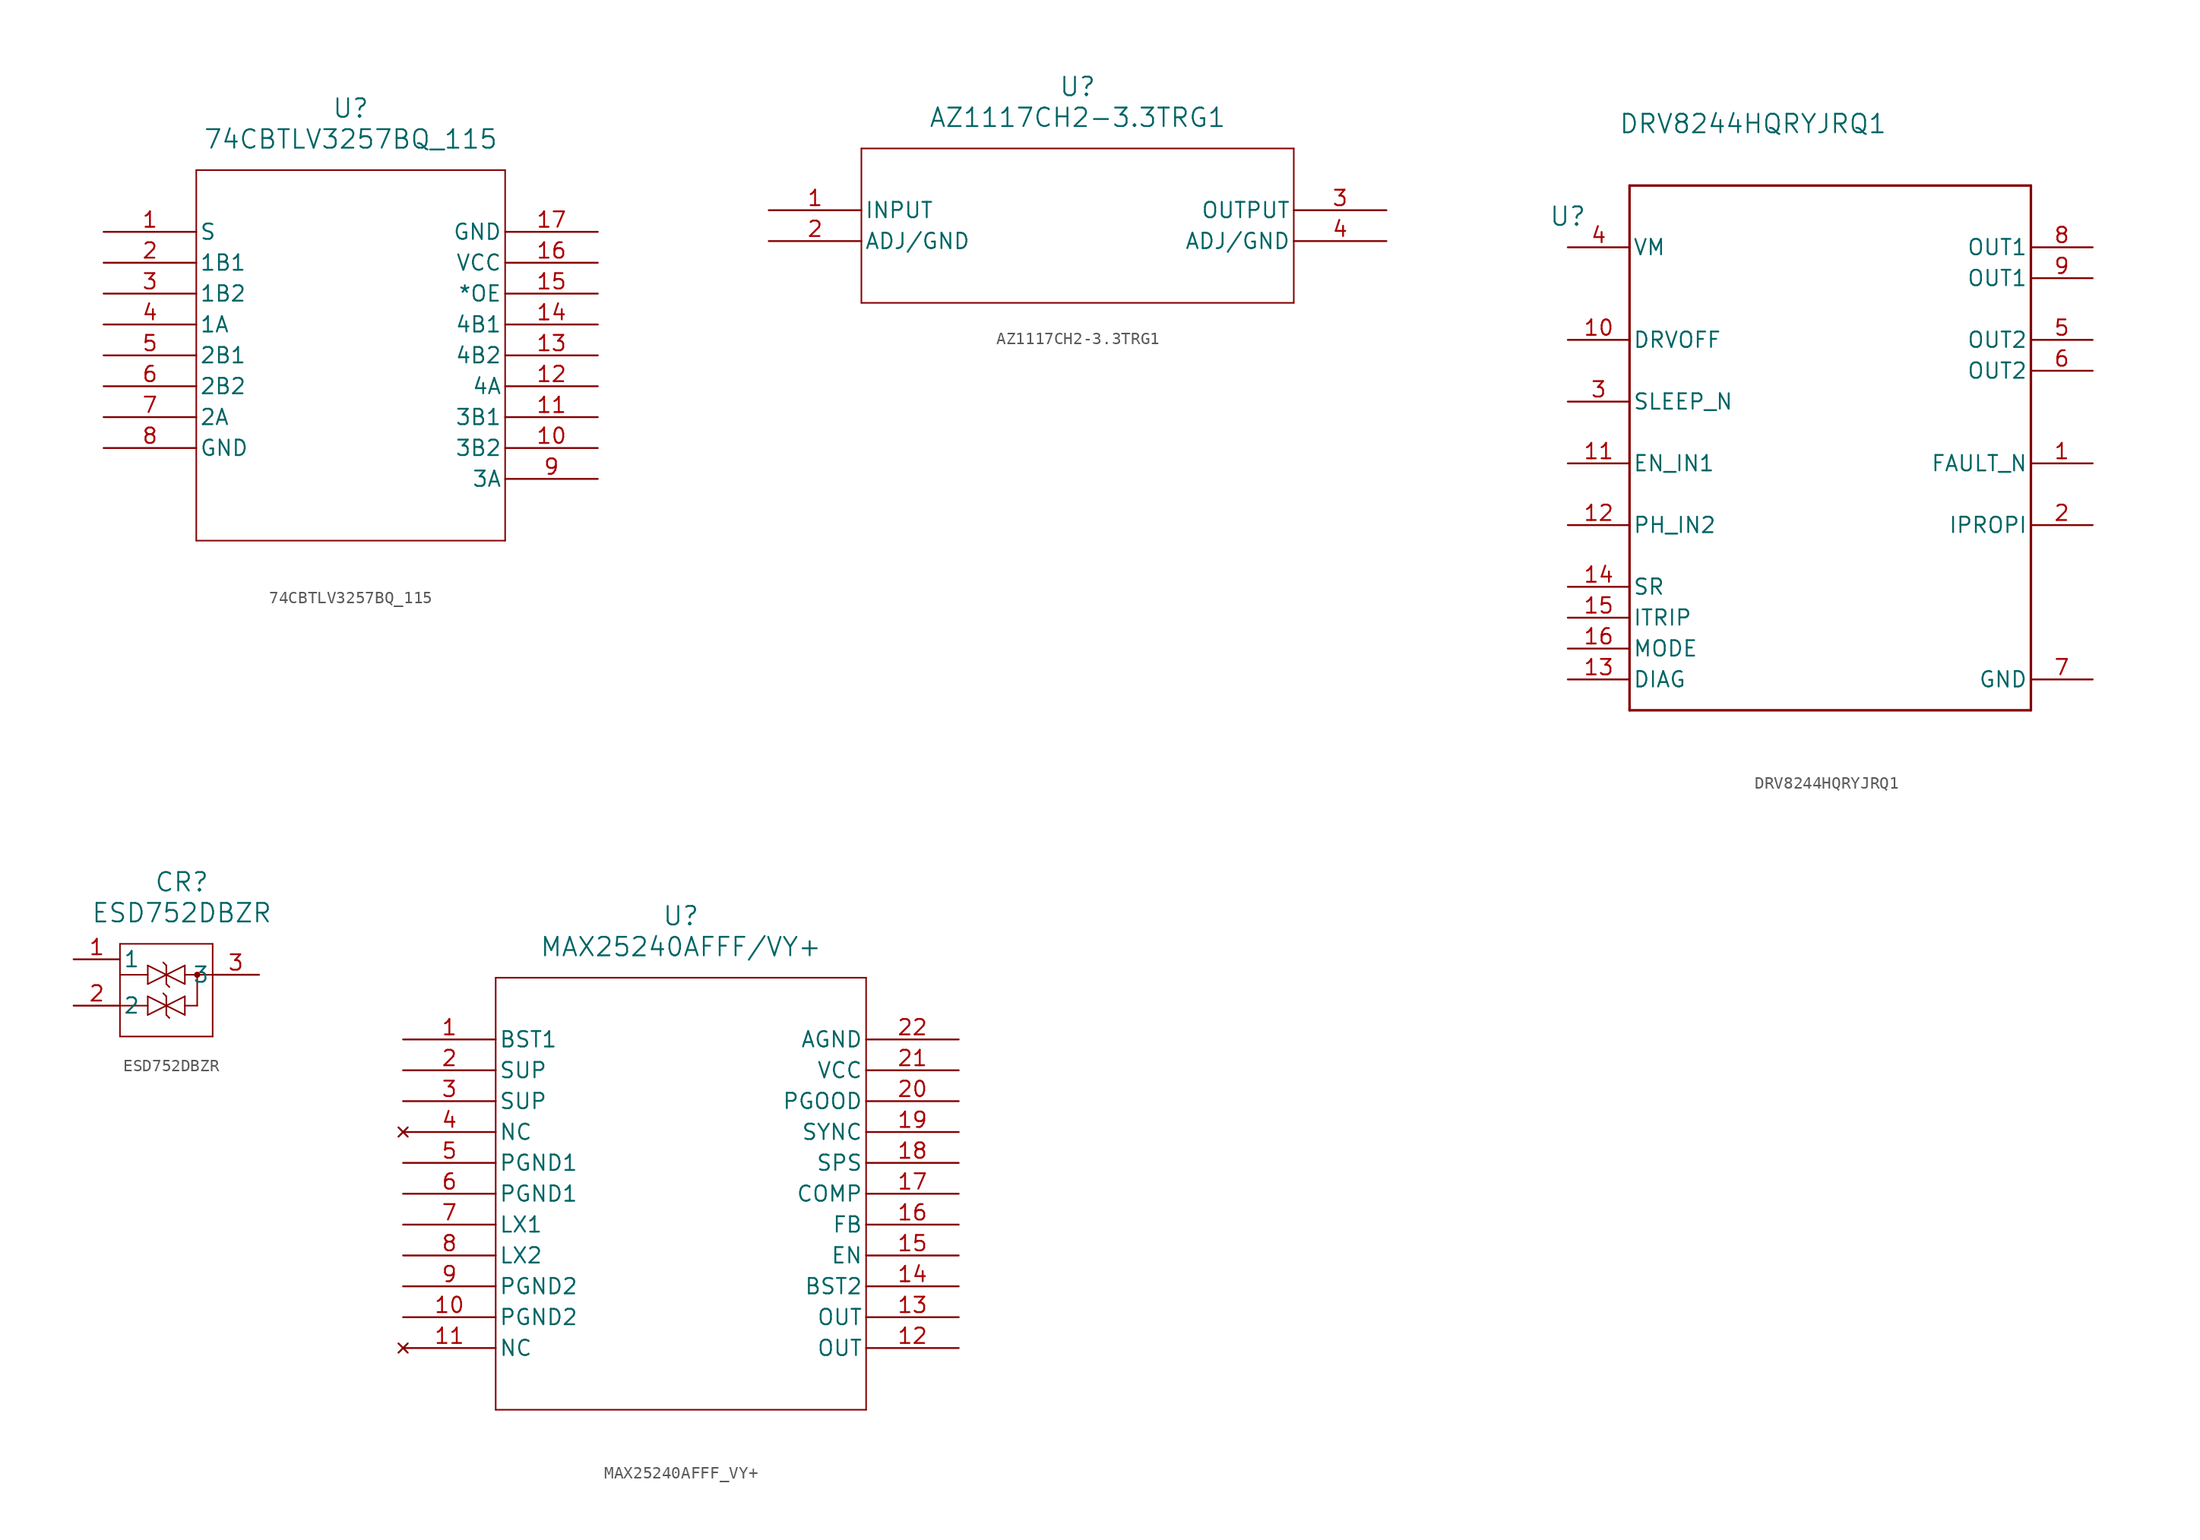
<source format=kicad_sym>
(kicad_symbol_lib
  (version 20220914)
  (generator kicad_symbol_editor)
  (symbol "74CBTLV3257BQ_115"
    (pin_names
      (offset 0.254))
    (property "Reference" "U"
      (at 20.32 10.16 0)
      (effects (font (size 1.524 1.524))))
    (property "Value" "74CBTLV3257BQ_115"
      (at 20.32 7.62 0)
      (effects (font (size 1.524 1.524))))
    (property "ki_locked" ""
      (at 0 0 0)
      (effects (font (size 1.27 1.27))))
    (symbol "74CBTLV3257BQ_115_0_1"
      (polyline (pts (xy 7.62 -25.4) (xy 33.02 -25.4)) (stroke (width 0.127) (type default)) (fill (type none)))
      (polyline (pts (xy 7.62 5.08) (xy 7.62 -25.4)) (stroke (width 0.127) (type default)) (fill (type none)))
      (polyline (pts (xy 33.02 -25.4) (xy 33.02 5.08)) (stroke (width 0.127) (type default)) (fill (type none)))
      (polyline (pts (xy 33.02 5.08) (xy 7.62 5.08)) (stroke (width 0.127) (type default)) (fill (type none)))
      (pin input line (at 0 0 0) (length 7.62) (name "S" (effects (font (size 1.27 1.27)))) (number "1" (effects (font (size 1.27 1.27)))))
      (pin bidirectional line (at 40.64 -17.78 180) (length 7.62) (name "3B2" (effects (font (size 1.27 1.27)))) (number "10" (effects (font (size 1.27 1.27)))))
      (pin bidirectional line (at 40.64 -15.24 180) (length 7.62) (name "3B1" (effects (font (size 1.27 1.27)))) (number "11" (effects (font (size 1.27 1.27)))))
      (pin bidirectional line (at 40.64 -12.7 180) (length 7.62) (name "4A" (effects (font (size 1.27 1.27)))) (number "12" (effects (font (size 1.27 1.27)))))
      (pin bidirectional line (at 40.64 -10.16 180) (length 7.62) (name "4B2" (effects (font (size 1.27 1.27)))) (number "13" (effects (font (size 1.27 1.27)))))
      (pin bidirectional line (at 40.64 -7.62 180) (length 7.62) (name "4B1" (effects (font (size 1.27 1.27)))) (number "14" (effects (font (size 1.27 1.27)))))
      (pin input line (at 40.64 -5.08 180) (length 7.62) (name "*OE" (effects (font (size 1.27 1.27)))) (number "15" (effects (font (size 1.27 1.27)))))
      (pin power_in line (at 40.64 -2.54 180) (length 7.62) (name "VCC" (effects (font (size 1.27 1.27)))) (number "16" (effects (font (size 1.27 1.27)))))
      (pin power_out line (at 40.64 0 180) (length 7.62) (name "GND" (effects (font (size 1.27 1.27)))) (number "17" (effects (font (size 1.27 1.27)))))
      (pin bidirectional line (at 0 -2.54 0) (length 7.62) (name "1B1" (effects (font (size 1.27 1.27)))) (number "2" (effects (font (size 1.27 1.27)))))
      (pin bidirectional line (at 0 -5.08 0) (length 7.62) (name "1B2" (effects (font (size 1.27 1.27)))) (number "3" (effects (font (size 1.27 1.27)))))
      (pin bidirectional line (at 0 -7.62 0) (length 7.62) (name "1A" (effects (font (size 1.27 1.27)))) (number "4" (effects (font (size 1.27 1.27)))))
      (pin bidirectional line (at 0 -10.16 0) (length 7.62) (name "2B1" (effects (font (size 1.27 1.27)))) (number "5" (effects (font (size 1.27 1.27)))))
      (pin bidirectional line (at 0 -12.7 0) (length 7.62) (name "2B2" (effects (font (size 1.27 1.27)))) (number "6" (effects (font (size 1.27 1.27)))))
      (pin bidirectional line (at 0 -15.24 0) (length 7.62) (name "2A" (effects (font (size 1.27 1.27)))) (number "7" (effects (font (size 1.27 1.27)))))
      (pin power_out line (at 0 -17.78 0) (length 7.62) (name "GND" (effects (font (size 1.27 1.27)))) (number "8" (effects (font (size 1.27 1.27)))))
      (pin bidirectional line (at 40.64 -20.32 180) (length 7.62) (name "3A" (effects (font (size 1.27 1.27)))) (number "9" (effects (font (size 1.27 1.27)))))))
  (symbol "AZ1117CH2-3.3TRG1"
    (pin_names
      (offset 0.254))
    (property "Reference" "U"
      (at 25.4 10.16 0)
      (effects (font (size 1.524 1.524))))
    (property "Value" "AZ1117CH2-3.3TRG1"
      (at 25.4 7.62 0)
      (effects (font (size 1.524 1.524))))
    (property "ki_locked" ""
      (at 0 0 0)
      (effects (font (size 1.27 1.27))))
    (symbol "AZ1117CH2-3.3TRG1_0_1"
      (polyline (pts (xy 7.62 -7.62) (xy 43.18 -7.62)) (stroke (width 0.127) (type default)) (fill (type none)))
      (polyline (pts (xy 7.62 5.08) (xy 7.62 -7.62)) (stroke (width 0.127) (type default)) (fill (type none)))
      (polyline (pts (xy 43.18 -7.62) (xy 43.18 5.08)) (stroke (width 0.127) (type default)) (fill (type none)))
      (polyline (pts (xy 43.18 5.08) (xy 7.62 5.08)) (stroke (width 0.127) (type default)) (fill (type none)))
      (pin input line (at 0 0 0) (length 7.62) (name "INPUT" (effects (font (size 1.27 1.27)))) (number "1" (effects (font (size 1.27 1.27)))))
      (pin power_out line (at 0 -2.54 0) (length 7.62) (name "ADJ/GND" (effects (font (size 1.27 1.27)))) (number "2" (effects (font (size 1.27 1.27)))))
      (pin output line (at 50.8 0 180) (length 7.62) (name "OUTPUT" (effects (font (size 1.27 1.27)))) (number "3" (effects (font (size 1.27 1.27)))))
      (pin power_out line (at 50.8 -2.54 180) (length 7.62) (name "ADJ/GND" (effects (font (size 1.27 1.27)))) (number "4" (effects (font (size 1.27 1.27)))))))
  (symbol "DRV8244HQRYJRQ1"
    (pin_names
      (offset 0.254))
    (property "Reference" "U"
      (at 0 2.54 0)
      (effects (font (size 1.524 1.524))))
    (property "Value" "DRV8244HQRYJRQ1"
      (at 15.24 10.16 0)
      (effects (font (size 1.524 1.524))))
    (property "ki_locked" ""
      (at 0 0 0)
      (effects (font (size 1.27 1.27))))
    (symbol "DRV8244HQRYJRQ1_0_1"
      (polyline (pts (xy 5.08 -38.1) (xy 38.1 -38.1)) (stroke (width 0.203) (type default)) (fill (type none)))
      (polyline (pts (xy 5.08 5.08) (xy 5.08 -38.1)) (stroke (width 0.203) (type default)) (fill (type none)))
      (polyline (pts (xy 38.1 -38.1) (xy 38.1 5.08)) (stroke (width 0.203) (type default)) (fill (type none)))
      (polyline (pts (xy 38.1 5.08) (xy 5.08 5.08)) (stroke (width 0.203) (type default)) (fill (type none)))
      (pin open_collector line (at 43.18 -17.78 180) (length 5.08) (name "FAULT_N" (effects (font (size 1.27 1.27)))) (number "1" (effects (font (size 1.27 1.27)))))
      (pin input line (at 0 -7.62 0) (length 5.08) (name "DRVOFF" (effects (font (size 1.27 1.27)))) (number "10" (effects (font (size 1.27 1.27)))))
      (pin input line (at 0 -17.78 0) (length 5.08) (name "EN_IN1" (effects (font (size 1.27 1.27)))) (number "11" (effects (font (size 1.27 1.27)))))
      (pin input line (at 0 -22.86 0) (length 5.08) (name "PH_IN2" (effects (font (size 1.27 1.27)))) (number "12" (effects (font (size 1.27 1.27)))))
      (pin unspecified line (at 0 -35.56 0) (length 5.08) (name "DIAG" (effects (font (size 1.27 1.27)))) (number "13" (effects (font (size 1.27 1.27)))))
      (pin unspecified line (at 0 -27.94 0) (length 5.08) (name "SR" (effects (font (size 1.27 1.27)))) (number "14" (effects (font (size 1.27 1.27)))))
      (pin unspecified line (at 0 -30.48 0) (length 5.08) (name "ITRIP" (effects (font (size 1.27 1.27)))) (number "15" (effects (font (size 1.27 1.27)))))
      (pin unspecified line (at 0 -33.02 0) (length 5.08) (name "MODE" (effects (font (size 1.27 1.27)))) (number "16" (effects (font (size 1.27 1.27)))))
      (pin unspecified line (at 43.18 -22.86 180) (length 5.08) (name "IPROPI" (effects (font (size 1.27 1.27)))) (number "2" (effects (font (size 1.27 1.27)))))
      (pin input line (at 0 -12.7 0) (length 5.08) (name "SLEEP_N" (effects (font (size 1.27 1.27)))) (number "3" (effects (font (size 1.27 1.27)))))
      (pin power_in line (at 0 0 0) (length 5.08) (name "VM" (effects (font (size 1.27 1.27)))) (number "4" (effects (font (size 1.27 1.27)))))
      (pin unspecified line (at 43.18 -7.62 180) (length 5.08) (name "OUT2" (effects (font (size 1.27 1.27)))) (number "5" (effects (font (size 1.27 1.27)))))
      (pin unspecified line (at 43.18 -10.16 180) (length 5.08) (name "OUT2" (effects (font (size 1.27 1.27)))) (number "6" (effects (font (size 1.27 1.27)))))
      (pin power_in line (at 43.18 -35.56 180) (length 5.08) (name "GND" (effects (font (size 1.27 1.27)))) (number "7" (effects (font (size 1.27 1.27)))))
      (pin unspecified line (at 43.18 0 180) (length 5.08) (name "OUT1" (effects (font (size 1.27 1.27)))) (number "8" (effects (font (size 1.27 1.27)))))
      (pin unspecified line (at 43.18 -2.54 180) (length 5.08) (name "OUT1" (effects (font (size 1.27 1.27)))) (number "9" (effects (font (size 1.27 1.27)))))))
  (symbol "ESD752DBZR"
    (pin_names
      (offset 0.254))
    (property "Reference" "CR"
      (at 12.7 7.62 0)
      (effects (font (size 1.524 1.524))))
    (property "Value" "ESD752DBZR"
      (at 12.7 5.08 0)
      (effects (font (size 1.524 1.524))))
    (property "ki_locked" ""
      (at 0 0 0)
      (effects (font (size 1.27 1.27))))
    (symbol "ESD752DBZR_0_1"
      (polyline (pts (xy 7.62 -5.08) (xy 15.24 -5.08)) (stroke (width 0.127) (type default)) (fill (type none)))
      (polyline (pts (xy 7.62 2.54) (xy 7.62 -5.08)) (stroke (width 0.127) (type default)) (fill (type none)))
      (polyline (pts (xy 9.906 -3.302) (xy 9.906 -1.778)) (stroke (width 0.127) (type default)) (fill (type none)))
      (polyline (pts (xy 9.906 -2.54) (xy 7.62 -2.54)) (stroke (width 0.127) (type default)) (fill (type none)))
      (polyline (pts (xy 9.906 -1.778) (xy 11.43 -2.54)) (stroke (width 0.127) (type default)) (fill (type none)))
      (polyline (pts (xy 9.906 -0.762) (xy 9.906 0.762)) (stroke (width 0.127) (type default)) (fill (type none)))
      (polyline (pts (xy 9.906 0) (xy 7.62 0)) (stroke (width 0.127) (type default)) (fill (type none)))
      (polyline (pts (xy 9.906 0.762) (xy 11.43 0)) (stroke (width 0.127) (type default)) (fill (type none)))
      (polyline (pts (xy 11.43 -3.302) (xy 11.43 -1.778)) (stroke (width 0.127) (type default)) (fill (type none)))
      (polyline (pts (xy 11.43 -3.302) (xy 11.684 -3.556)) (stroke (width 0.127) (type default)) (fill (type none)))
      (polyline (pts (xy 11.43 -2.54) (xy 9.906 -3.302)) (stroke (width 0.127) (type default)) (fill (type none)))
      (polyline (pts (xy 11.43 -2.54) (xy 12.954 -1.778)) (stroke (width 0.127) (type default)) (fill (type none)))
      (polyline (pts (xy 11.43 -1.778) (xy 11.176 -1.524)) (stroke (width 0.127) (type default)) (fill (type none)))
      (polyline (pts (xy 11.43 -0.762) (xy 11.43 0.762)) (stroke (width 0.127) (type default)) (fill (type none)))
      (polyline (pts (xy 11.43 -0.762) (xy 11.684 -1.016)) (stroke (width 0.127) (type default)) (fill (type none)))
      (polyline (pts (xy 11.43 0) (xy 9.906 -0.762)) (stroke (width 0.127) (type default)) (fill (type none)))
      (polyline (pts (xy 11.43 0) (xy 12.954 0.762)) (stroke (width 0.127) (type default)) (fill (type none)))
      (polyline (pts (xy 11.43 0.762) (xy 11.176 1.016)) (stroke (width 0.127) (type default)) (fill (type none)))
      (polyline (pts (xy 12.954 -3.302) (xy 11.43 -2.54)) (stroke (width 0.127) (type default)) (fill (type none)))
      (polyline (pts (xy 12.954 -1.778) (xy 12.954 -3.302)) (stroke (width 0.127) (type default)) (fill (type none)))
      (polyline (pts (xy 12.954 -0.762) (xy 11.43 0)) (stroke (width 0.127) (type default)) (fill (type none)))
      (polyline (pts (xy 12.954 0.762) (xy 12.954 -0.762)) (stroke (width 0.127) (type default)) (fill (type none)))
      (polyline (pts (xy 13.97 -2.54) (xy 12.954 -2.54)) (stroke (width 0.127) (type default)) (fill (type none)))
      (polyline (pts (xy 13.97 0) (xy 13.97 -2.54)) (stroke (width 0.127) (type default)) (fill (type none)))
      (polyline (pts (xy 15.24 -5.08) (xy 15.24 2.54)) (stroke (width 0.127) (type default)) (fill (type none)))
      (polyline (pts (xy 15.24 0) (xy 12.954 0)) (stroke (width 0.127) (type default)) (fill (type none)))
      (polyline (pts (xy 15.24 2.54) (xy 7.62 2.54)) (stroke (width 0.127) (type default)) (fill (type none)))
      (circle (center 13.97 0) (radius 0.127) (stroke (width 0.254) (type default)) (fill (type none))))
    (symbol "ESD752DBZR_1_1"
      (pin bidirectional line (at 3.81 1.27 0) (length 3.81) (name "1" (effects (font (size 1.27 1.27)))) (number "1" (effects (font (size 1.27 1.27)))))
      (pin bidirectional line (at 3.81 -2.54 0) (length 3.81) (name "2" (effects (font (size 1.27 1.27)))) (number "2" (effects (font (size 1.27 1.27)))))
      (pin power_out line (at 19.05 0 180) (length 3.81) (name "3" (effects (font (size 1.27 1.27)))) (number "3" (effects (font (size 1.27 1.27)))))))
  (symbol "MAX25240AFFF_VY+"
    (pin_names
      (offset 0.254))
    (property "Reference" "U"
      (at 22.86 10.16 0)
      (effects (font (size 1.524 1.524))))
    (property "Value" "MAX25240AFFF/VY+"
      (at 22.86 7.62 0)
      (effects (font (size 1.524 1.524))))
    (property "ki_locked" ""
      (at 0 0 0)
      (effects (font (size 1.27 1.27))))
    (symbol "MAX25240AFFF_VY+_0_1"
      (polyline (pts (xy 7.62 -30.48) (xy 38.1 -30.48)) (stroke (width 0.127) (type default)) (fill (type none)))
      (polyline (pts (xy 7.62 5.08) (xy 7.62 -30.48)) (stroke (width 0.127) (type default)) (fill (type none)))
      (polyline (pts (xy 38.1 -30.48) (xy 38.1 5.08)) (stroke (width 0.127) (type default)) (fill (type none)))
      (polyline (pts (xy 38.1 5.08) (xy 7.62 5.08)) (stroke (width 0.127) (type default)) (fill (type none)))
      (pin power_in line (at 0 0 0) (length 7.62) (name "BST1" (effects (font (size 1.27 1.27)))) (number "1" (effects (font (size 1.27 1.27)))))
      (pin power_out line (at 0 -22.86 0) (length 7.62) (name "PGND2" (effects (font (size 1.27 1.27)))) (number "10" (effects (font (size 1.27 1.27)))))
      (pin no_connect line (at 0 -25.4 0) (length 7.62) (name "NC" (effects (font (size 1.27 1.27)))) (number "11" (effects (font (size 1.27 1.27)))))
      (pin output line (at 45.72 -25.4 180) (length 7.62) (name "OUT" (effects (font (size 1.27 1.27)))) (number "12" (effects (font (size 1.27 1.27)))))
      (pin output line (at 45.72 -22.86 180) (length 7.62) (name "OUT" (effects (font (size 1.27 1.27)))) (number "13" (effects (font (size 1.27 1.27)))))
      (pin bidirectional line (at 45.72 -20.32 180) (length 7.62) (name "BST2" (effects (font (size 1.27 1.27)))) (number "14" (effects (font (size 1.27 1.27)))))
      (pin input line (at 45.72 -17.78 180) (length 7.62) (name "EN" (effects (font (size 1.27 1.27)))) (number "15" (effects (font (size 1.27 1.27)))))
      (pin input line (at 45.72 -15.24 180) (length 7.62) (name "FB" (effects (font (size 1.27 1.27)))) (number "16" (effects (font (size 1.27 1.27)))))
      (pin output line (at 45.72 -12.7 180) (length 7.62) (name "COMP" (effects (font (size 1.27 1.27)))) (number "17" (effects (font (size 1.27 1.27)))))
      (pin input line (at 45.72 -10.16 180) (length 7.62) (name "SPS" (effects (font (size 1.27 1.27)))) (number "18" (effects (font (size 1.27 1.27)))))
      (pin input line (at 45.72 -7.62 180) (length 7.62) (name "SYNC" (effects (font (size 1.27 1.27)))) (number "19" (effects (font (size 1.27 1.27)))))
      (pin power_in line (at 0 -2.54 0) (length 7.62) (name "SUP" (effects (font (size 1.27 1.27)))) (number "2" (effects (font (size 1.27 1.27)))))
      (pin output line (at 45.72 -5.08 180) (length 7.62) (name "PGOOD" (effects (font (size 1.27 1.27)))) (number "20" (effects (font (size 1.27 1.27)))))
      (pin power_in line (at 45.72 -2.54 180) (length 7.62) (name "VCC" (effects (font (size 1.27 1.27)))) (number "21" (effects (font (size 1.27 1.27)))))
      (pin power_out line (at 45.72 0 180) (length 7.62) (name "AGND" (effects (font (size 1.27 1.27)))) (number "22" (effects (font (size 1.27 1.27)))))
      (pin power_in line (at 0 -5.08 0) (length 7.62) (name "SUP" (effects (font (size 1.27 1.27)))) (number "3" (effects (font (size 1.27 1.27)))))
      (pin no_connect line (at 0 -7.62 0) (length 7.62) (name "NC" (effects (font (size 1.27 1.27)))) (number "4" (effects (font (size 1.27 1.27)))))
      (pin power_out line (at 0 -10.16 0) (length 7.62) (name "PGND1" (effects (font (size 1.27 1.27)))) (number "5" (effects (font (size 1.27 1.27)))))
      (pin power_out line (at 0 -12.7 0) (length 7.62) (name "PGND1" (effects (font (size 1.27 1.27)))) (number "6" (effects (font (size 1.27 1.27)))))
      (pin power_in line (at 0 -15.24 0) (length 7.62) (name "LX1" (effects (font (size 1.27 1.27)))) (number "7" (effects (font (size 1.27 1.27)))))
      (pin power_in line (at 0 -17.78 0) (length 7.62) (name "LX2" (effects (font (size 1.27 1.27)))) (number "8" (effects (font (size 1.27 1.27)))))
      (pin power_out line (at 0 -20.32 0) (length 7.62) (name "PGND2" (effects (font (size 1.27 1.27)))) (number "9" (effects (font (size 1.27 1.27))))))))
</source>
